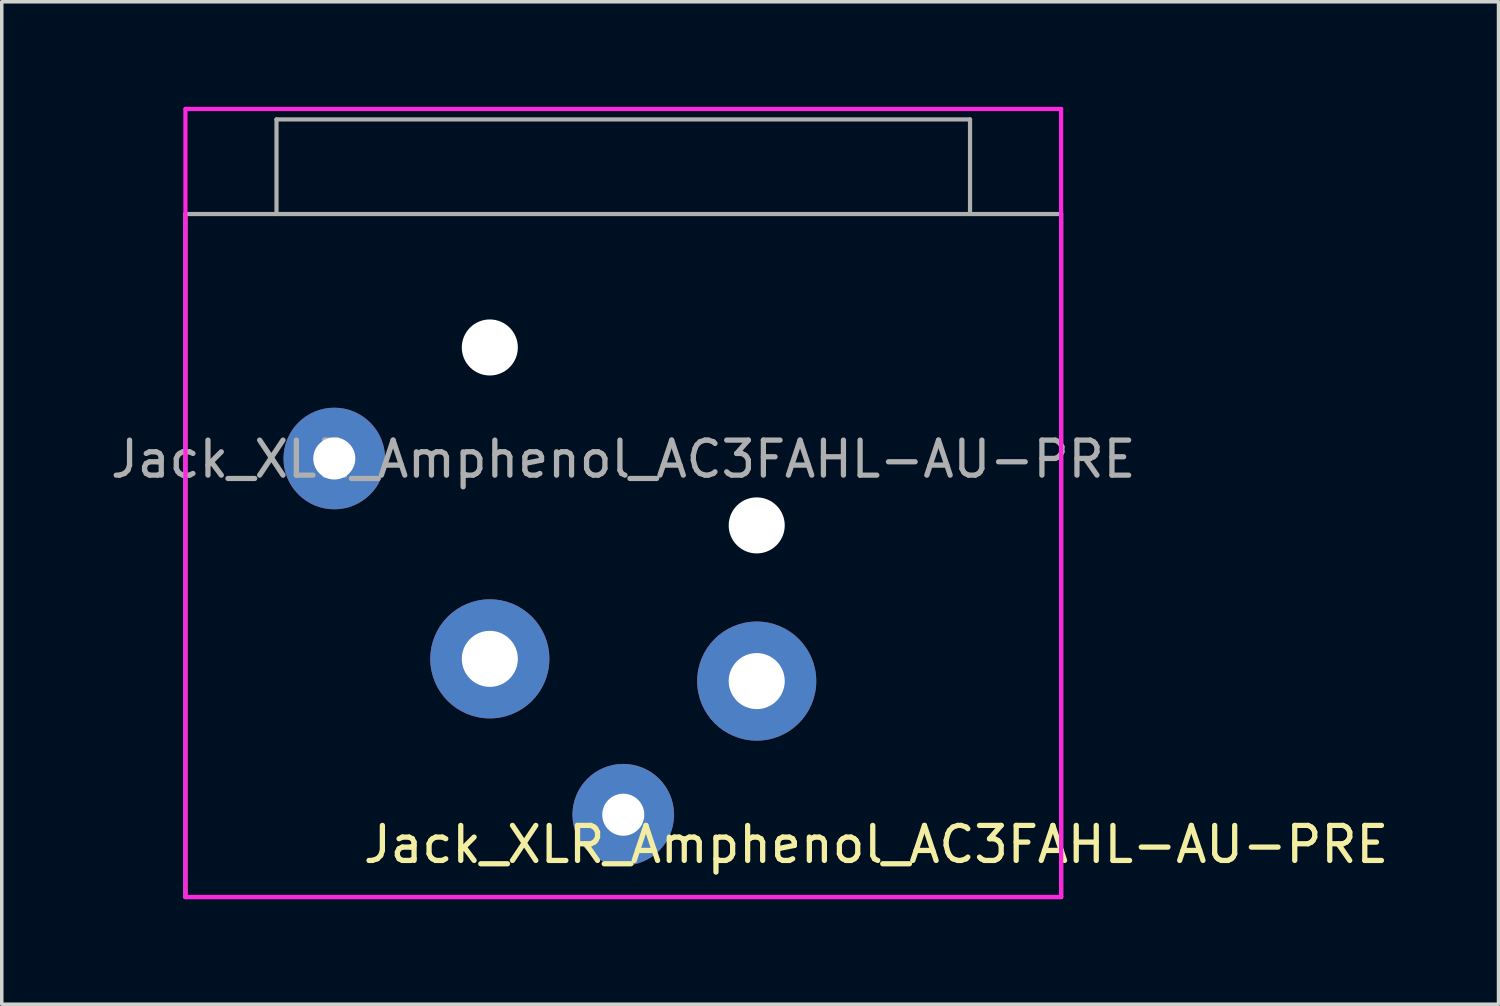
<source format=kicad_pcb>
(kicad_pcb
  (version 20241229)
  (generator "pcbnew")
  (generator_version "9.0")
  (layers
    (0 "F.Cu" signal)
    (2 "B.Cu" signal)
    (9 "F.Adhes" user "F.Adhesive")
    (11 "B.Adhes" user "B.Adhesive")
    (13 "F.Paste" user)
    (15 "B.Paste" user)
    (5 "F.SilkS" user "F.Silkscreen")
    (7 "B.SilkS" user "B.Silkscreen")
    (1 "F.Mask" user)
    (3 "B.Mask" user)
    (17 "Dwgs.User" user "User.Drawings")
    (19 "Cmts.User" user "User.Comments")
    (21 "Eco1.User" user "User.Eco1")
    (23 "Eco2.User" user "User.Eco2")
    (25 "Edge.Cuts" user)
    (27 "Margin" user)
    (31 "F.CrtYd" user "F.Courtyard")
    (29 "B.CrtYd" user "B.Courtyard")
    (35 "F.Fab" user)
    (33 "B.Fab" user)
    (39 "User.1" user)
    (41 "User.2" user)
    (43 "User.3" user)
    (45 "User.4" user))
  (footprint "Jack_XLR_Amphenol_AC3FAHL-AU-PRE"
    (layer "F.Cu")
    (at 14.744 3.06)
    (property "Reference" "Jack_XLR_Amphenol_AC3FAHL-AU-PRE" (at -7.5 18 0) (layer "F.SilkS") (effects (font (size 1 1) (thickness 0.15)) (justify left)))
    (attr through_hole)
    (fp_line (start -12.5 -3) (end 12.5 -3) (stroke (width 0.12) (type solid)) (layer "F.CrtYd"))
    (fp_line (start -12.5 19.5) (end -12.5 -3) (stroke (width 0.12) (type solid)) (layer "F.CrtYd"))
    (fp_line (start 12.5 -3) (end 12.5 19.5) (stroke (width 0.12) (type solid)) (layer "F.CrtYd"))
    (fp_line (start 12.5 19.5) (end -12.5 19.5) (stroke (width 0.12) (type solid)) (layer "F.CrtYd"))
    (fp_line (start -12.5 0) (end 12.5 0) (stroke (width 0.12) (type solid)) (layer "F.Fab"))
    (fp_line (start -12.5 19.5) (end -12.5 0) (stroke (width 0.12) (type solid)) (layer "F.Fab"))
    (fp_line (start -9.9 -2.7) (end -9.9 0) (stroke (width 0.12) (type solid)) (layer "F.Fab"))
    (fp_line (start -9.9 -2.7) (end 9.9 -2.7) (stroke (width 0.12) (type solid)) (layer "F.Fab"))
    (fp_line (start 9.9 -2.7) (end 9.9 0) (stroke (width 0.12) (type solid)) (layer "F.Fab"))
    (fp_line (start 12.5 0) (end 12.5 19.5) (stroke (width 0.12) (type solid)) (layer "F.Fab"))
    (fp_line (start 12.5 19.5) (end -12.5 19.5) (stroke (width 0.12) (type solid)) (layer "F.Fab"))
    (fp_text user "${REFERENCE}" (at 0 7 0) (layer "F.Fab") (effects (font (size 1 1) (thickness 0.15))))
    (pad "" np_thru_hole circle (at -3.81 3.81) (size 1.6 1.6) (drill 1.6) (layers "*.Cu" "*.Mask"))
    (pad "" np_thru_hole circle (at 3.81 8.89) (size 1.6 1.6) (drill 1.6) (layers "*.Cu" "*.Mask"))
    (pad "1" thru_hole circle (at -3.81 12.7) (size 3.4 3.4) (drill 1.6) (layers "*.Cu" "*.Mask"))
    (pad "2" thru_hole circle (at 3.81 13.335) (size 3.4 3.4) (drill 1.6) (layers "*.Cu" "*.Mask"))
    (pad "3" thru_hole circle (at 0 17.15) (size 2.9 2.9) (drill 1.2) (layers "*.Cu" "*.Mask"))
    (pad "G" thru_hole circle (at -8.25 6.98) (size 2.9 2.9) (drill 1.2) (layers "*.Cu" "*.Mask")))
  (gr_rect
    (start -3 -3)
    (end 39.732 25.62)
    (stroke (width 0.1) (type default))
    (fill no)
    (layer "Edge.Cuts")))
</source>
